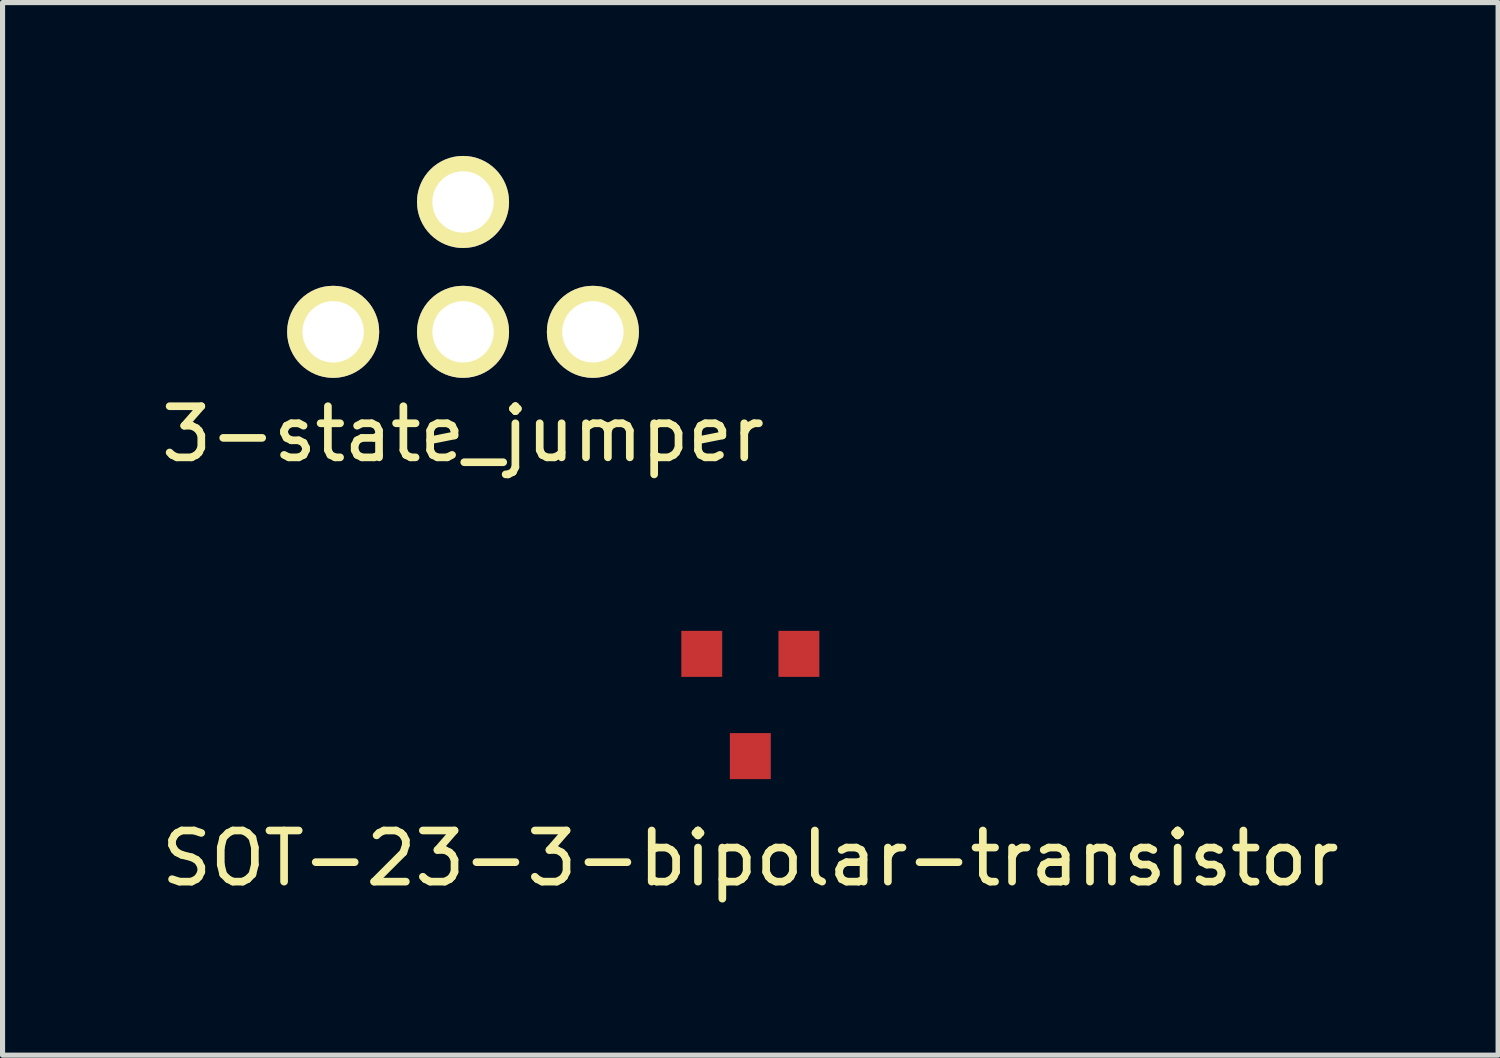
<source format=kicad_pcb>
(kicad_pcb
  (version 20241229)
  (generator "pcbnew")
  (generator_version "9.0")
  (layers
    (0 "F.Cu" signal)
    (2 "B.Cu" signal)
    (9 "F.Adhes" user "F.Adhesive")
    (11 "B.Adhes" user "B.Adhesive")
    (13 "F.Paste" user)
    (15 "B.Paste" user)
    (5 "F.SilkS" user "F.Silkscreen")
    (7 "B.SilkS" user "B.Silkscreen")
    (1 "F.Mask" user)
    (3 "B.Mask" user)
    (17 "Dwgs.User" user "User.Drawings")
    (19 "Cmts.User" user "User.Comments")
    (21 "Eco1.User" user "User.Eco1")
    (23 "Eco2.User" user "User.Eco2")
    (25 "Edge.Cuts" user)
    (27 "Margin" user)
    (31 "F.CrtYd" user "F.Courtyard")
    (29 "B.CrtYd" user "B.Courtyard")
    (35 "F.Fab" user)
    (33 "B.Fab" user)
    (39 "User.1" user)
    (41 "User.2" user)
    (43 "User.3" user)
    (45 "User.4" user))
  (footprint "3-state_jumper"
    (layer "F.Cu")
    (at 6.006 3.44)
    (property "Reference" "3-state_jumper" (at 0 2 0) (layer "F.SilkS") (effects (font (size 1 1) (thickness 0.15))))
    (attr through_hole)
    (pad "1" thru_hole circle (at -2.54 0) (size 1.8 1.8) (drill 1.2) (layers "*.Cu" "*.Mask" "F.SilkS"))
    (pad "2" thru_hole circle (at 0 -2.54) (size 1.8 1.8) (drill 1.2) (layers "*.Cu" "*.Mask" "F.SilkS"))
    (pad "3" thru_hole circle (at 2.54 0) (size 1.8 1.8) (drill 1.2) (layers "*.Cu" "*.Mask" "F.SilkS"))
    (pad "4" thru_hole circle (at 0 0) (size 1.8 1.8) (drill 1.2) (layers "*.Cu" "*.Mask" "F.SilkS")))
  (footprint "SOT-23-3-bipolar-transistor"
    (layer "F.Cu")
    (at 11.625 10.738)
    (property "Reference" "SOT-23-3-bipolar-transistor" (at 0 3 0) (layer "F.SilkS") (effects (font (size 1 1) (thickness 0.15))))
    (attr through_hole)
    (pad "1" smd rect (at 0.95 -1) (size 0.8 0.9) (layers "F.Cu" "F.Mask" "F.Paste"))
    (pad "2" smd rect (at -0.95 -1) (size 0.8 0.9) (layers "F.Cu" "F.Mask" "F.Paste"))
    (pad "3" smd rect (at 0 1) (size 0.8 0.9) (layers "F.Cu" "F.Mask" "F.Paste")))
  (gr_rect
    (start -3 -3)
    (end 26.25 17.587)
    (stroke (width 0.1) (type default))
    (fill no)
    (layer "Edge.Cuts")))
</source>
